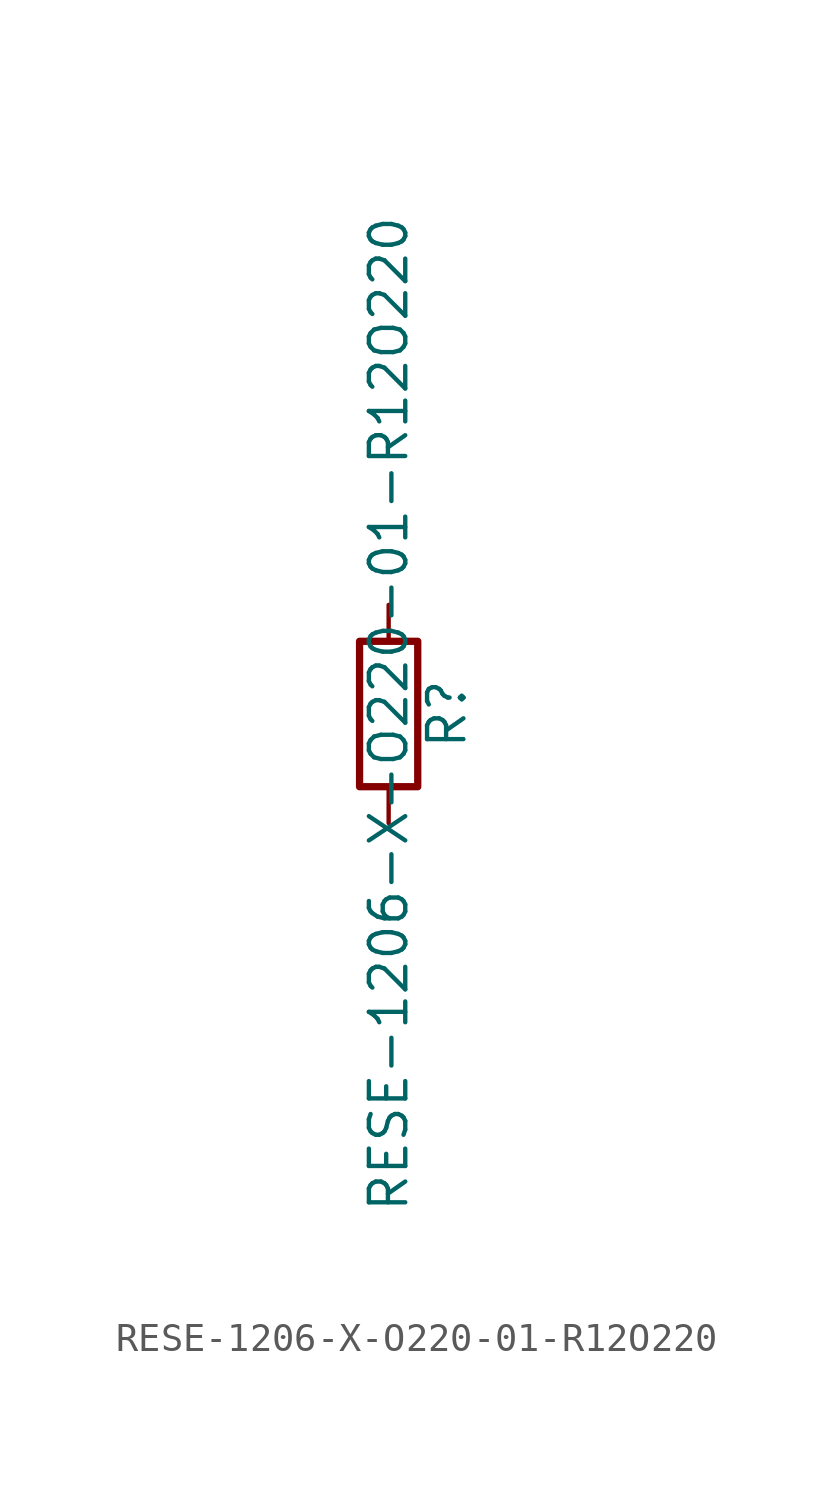
<source format=kicad_sym>
(kicad_symbol_lib
  (version 20211014)
  (generator kicad_symbol_editor)
  (symbol "RESE-1206-X-O220-01-R12O220"
    (pin_numbers hide)
    (pin_names
      (offset 0))
    (property "Reference" "R"
      (at 2.032 0 90)
      (effects (font (size 1.27 1.27))))
    (property "Value" "RESE-1206-X-O220-01-R12O220"
      (at 0 0 90)
      (effects (font (size 1.27 1.27))))
    (symbol "RESE-1206-X-O220-01-R12O220_0_1"
      (rectangle (start -1.016 -2.54) (end 1.016 2.54) (stroke (width 0.254) (type default) (color 0 0 0 0)) (fill (type none))))
    (symbol "RESE-1206-X-O220-01-R12O220_1_1"
      (pin passive line (at 0 3.81 270) (length 1.27) (name "~" (effects (font (size 1.27 1.27)))) (number "1" (effects (font (size 1.27 1.27)))))
      (pin passive line (at 0 -3.81 90) (length 1.27) (name "~" (effects (font (size 1.27 1.27)))) (number "2" (effects (font (size 1.27 1.27))))))))
</source>
